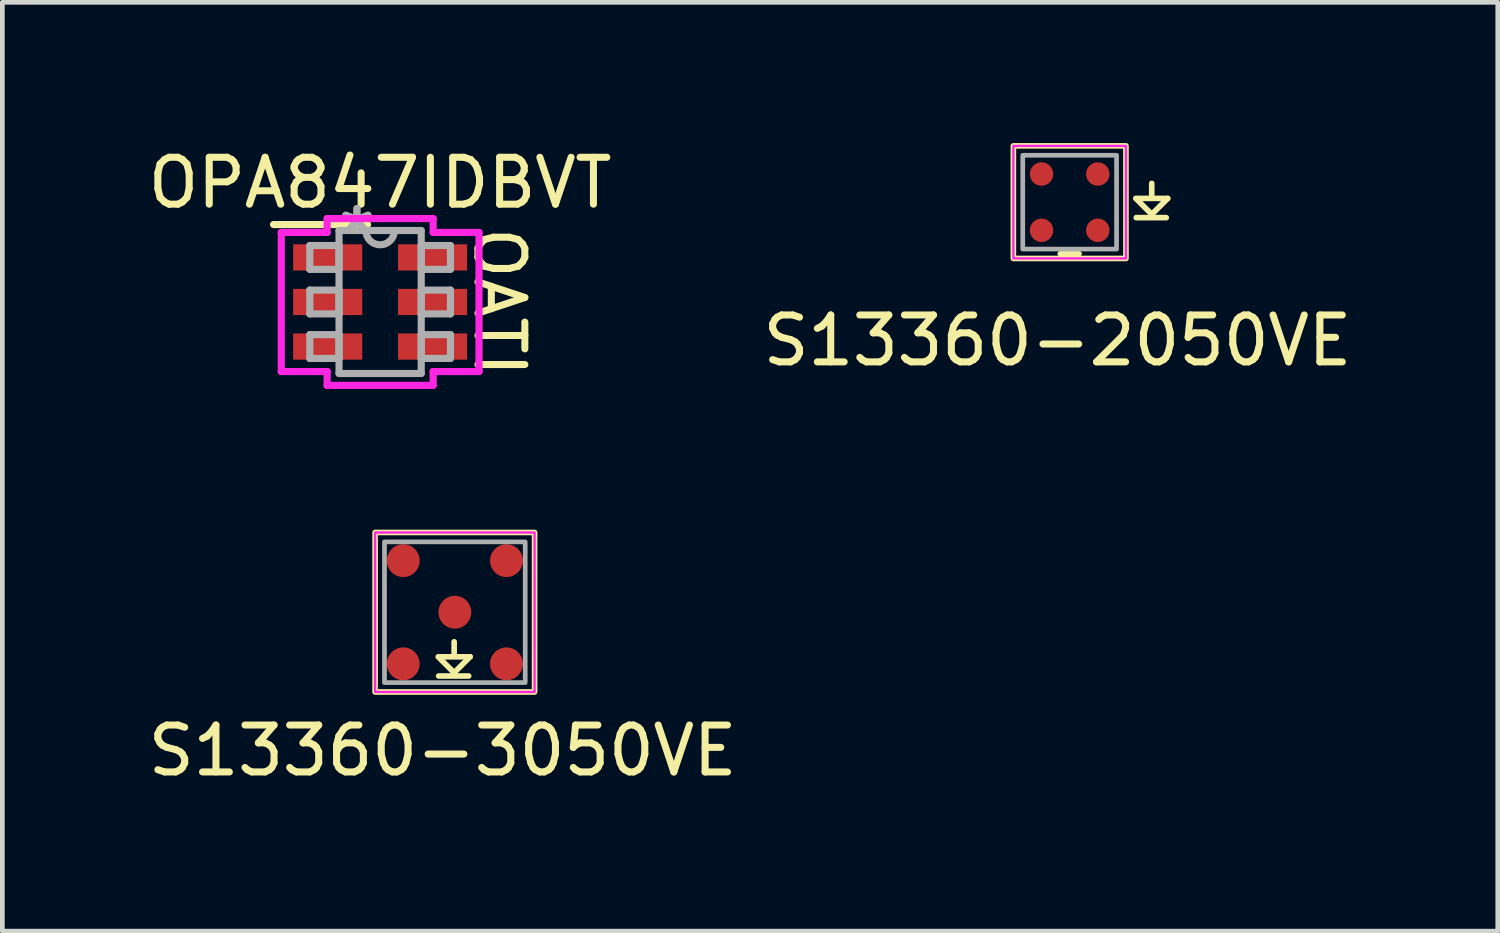
<source format=kicad_pcb>
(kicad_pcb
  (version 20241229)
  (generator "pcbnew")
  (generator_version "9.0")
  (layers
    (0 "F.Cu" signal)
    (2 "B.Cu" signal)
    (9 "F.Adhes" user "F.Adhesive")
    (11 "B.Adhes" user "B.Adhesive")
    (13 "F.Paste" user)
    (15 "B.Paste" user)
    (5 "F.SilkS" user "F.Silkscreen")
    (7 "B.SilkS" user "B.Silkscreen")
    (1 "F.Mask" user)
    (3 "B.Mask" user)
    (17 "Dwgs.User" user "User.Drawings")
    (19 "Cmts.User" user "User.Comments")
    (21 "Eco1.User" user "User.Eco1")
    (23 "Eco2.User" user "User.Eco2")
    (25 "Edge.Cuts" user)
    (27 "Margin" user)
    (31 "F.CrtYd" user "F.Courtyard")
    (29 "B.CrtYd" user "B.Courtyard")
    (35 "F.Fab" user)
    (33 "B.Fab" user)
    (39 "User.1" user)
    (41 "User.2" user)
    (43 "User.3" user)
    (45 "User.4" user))
  (footprint "OPA847IDBVT"
    (layer "F.Cu")
    (at 5.054 3.388)
    (property "Reference" "OPA847IDBVT" (at 0 -2.54 0) (layer "F.SilkS") (effects (font (size 1 1) (thickness 0.15))))
    (attr through_hole)
    (fp_line (start -0.267 -1.651) (end -2.273 -1.651) (stroke (width 0.152) (type solid)) (layer "F.SilkS"))
    (fp_line (start -2.108 -1.483) (end -1.13 -1.483) (stroke (width 0.152) (type solid)) (layer "F.CrtYd"))
    (fp_line (start -2.108 1.483) (end -2.108 -1.483) (stroke (width 0.152) (type solid)) (layer "F.CrtYd"))
    (fp_line (start -1.13 -1.778) (end 1.13 -1.778) (stroke (width 0.152) (type solid)) (layer "F.CrtYd"))
    (fp_line (start -1.13 -1.483) (end -1.13 -1.778) (stroke (width 0.152) (type solid)) (layer "F.CrtYd"))
    (fp_line (start -1.13 1.483) (end -2.108 1.483) (stroke (width 0.152) (type solid)) (layer "F.CrtYd"))
    (fp_line (start -1.13 1.778) (end -1.13 1.483) (stroke (width 0.152) (type solid)) (layer "F.CrtYd"))
    (fp_line (start 1.13 -1.778) (end 1.13 -1.483) (stroke (width 0.152) (type solid)) (layer "F.CrtYd"))
    (fp_line (start 1.13 -1.483) (end 2.108 -1.483) (stroke (width 0.152) (type solid)) (layer "F.CrtYd"))
    (fp_line (start 1.13 1.483) (end 1.13 1.778) (stroke (width 0.152) (type solid)) (layer "F.CrtYd"))
    (fp_line (start 1.13 1.778) (end -1.13 1.778) (stroke (width 0.152) (type solid)) (layer "F.CrtYd"))
    (fp_line (start 2.108 -1.483) (end 2.108 1.483) (stroke (width 0.152) (type solid)) (layer "F.CrtYd"))
    (fp_line (start 2.108 1.483) (end 1.13 1.483) (stroke (width 0.152) (type solid)) (layer "F.CrtYd"))
    (fp_line (start -1.499 -1.204) (end -1.499 -0.696) (stroke (width 0.152) (type solid)) (layer "F.Fab"))
    (fp_line (start -1.499 -0.696) (end -0.876 -0.696) (stroke (width 0.152) (type solid)) (layer "F.Fab"))
    (fp_line (start -1.499 -0.254) (end -1.499 0.254) (stroke (width 0.152) (type solid)) (layer "F.Fab"))
    (fp_line (start -1.499 0.254) (end -0.876 0.254) (stroke (width 0.152) (type solid)) (layer "F.Fab"))
    (fp_line (start -1.499 0.696) (end -1.499 1.204) (stroke (width 0.152) (type solid)) (layer "F.Fab"))
    (fp_line (start -1.499 1.204) (end -0.876 1.204) (stroke (width 0.152) (type solid)) (layer "F.Fab"))
    (fp_line (start -0.876 -1.524) (end -0.876 1.524) (stroke (width 0.152) (type solid)) (layer "F.Fab"))
    (fp_line (start -0.876 -1.204) (end -1.499 -1.204) (stroke (width 0.152) (type solid)) (layer "F.Fab"))
    (fp_line (start -0.876 -0.696) (end -0.876 -1.204) (stroke (width 0.152) (type solid)) (layer "F.Fab"))
    (fp_line (start -0.876 -0.254) (end -1.499 -0.254) (stroke (width 0.152) (type solid)) (layer "F.Fab"))
    (fp_line (start -0.876 0.254) (end -0.876 -0.254) (stroke (width 0.152) (type solid)) (layer "F.Fab"))
    (fp_line (start -0.876 0.696) (end -1.499 0.696) (stroke (width 0.152) (type solid)) (layer "F.Fab"))
    (fp_line (start -0.876 1.204) (end -0.876 0.696) (stroke (width 0.152) (type solid)) (layer "F.Fab"))
    (fp_line (start -0.876 1.524) (end 0.876 1.524) (stroke (width 0.152) (type solid)) (layer "F.Fab"))
    (fp_line (start 0.876 -1.524) (end -0.876 -1.524) (stroke (width 0.152) (type solid)) (layer "F.Fab"))
    (fp_line (start 0.876 -1.204) (end 0.876 -0.696) (stroke (width 0.152) (type solid)) (layer "F.Fab"))
    (fp_line (start 0.876 -0.696) (end 1.499 -0.696) (stroke (width 0.152) (type solid)) (layer "F.Fab"))
    (fp_line (start 0.876 -0.254) (end 0.876 0.254) (stroke (width 0.152) (type solid)) (layer "F.Fab"))
    (fp_line (start 0.876 0.254) (end 1.499 0.254) (stroke (width 0.152) (type solid)) (layer "F.Fab"))
    (fp_line (start 0.876 0.696) (end 0.876 1.204) (stroke (width 0.152) (type solid)) (layer "F.Fab"))
    (fp_line (start 0.876 1.204) (end 1.499 1.204) (stroke (width 0.152) (type solid)) (layer "F.Fab"))
    (fp_line (start 0.876 1.524) (end 0.876 -1.524) (stroke (width 0.152) (type solid)) (layer "F.Fab"))
    (fp_line (start 1.499 -1.204) (end 0.876 -1.204) (stroke (width 0.152) (type solid)) (layer "F.Fab"))
    (fp_line (start 1.499 -0.696) (end 1.499 -1.204) (stroke (width 0.152) (type solid)) (layer "F.Fab"))
    (fp_line (start 1.499 -0.254) (end 0.876 -0.254) (stroke (width 0.152) (type solid)) (layer "F.Fab"))
    (fp_line (start 1.499 0.254) (end 1.499 -0.254) (stroke (width 0.152) (type solid)) (layer "F.Fab"))
    (fp_line (start 1.499 0.696) (end 0.876 0.696) (stroke (width 0.152) (type solid)) (layer "F.Fab"))
    (fp_line (start 1.499 1.204) (end 1.499 0.696) (stroke (width 0.152) (type solid)) (layer "F.Fab"))
    (fp_arc (start 0.3048 -1.524) (mid 0 -1.2192) (end -0.3048 -1.524) (stroke (width 0.1524) (type solid)) (layer "F.Fab"))
    (fp_text user "OATI" (at 2.54 0 270) (unlocked yes) (layer "F.SilkS") (effects (font (size 1 1) (thickness 0.15))))
    (fp_text user "*" (at -0.495 -1.448 0) (layer "F.Fab") (effects (font (size 1 1) (thickness 0.15))))
    (fp_text user "*" (at -0.495 -1.448 0) (layer "F.Fab") (effects (font (size 1 1) (thickness 0.15))))
    (pad "1" smd rect (at -1.118 -0.95) (size 1.473 0.559) (layers "F.Cu" "F.Mask" "F.Paste"))
    (pad "2" smd rect (at -1.118 0) (size 1.473 0.559) (layers "F.Cu" "F.Mask" "F.Paste"))
    (pad "3" smd rect (at -1.118 0.95) (size 1.473 0.559) (layers "F.Cu" "F.Mask" "F.Paste"))
    (pad "4" smd rect (at 1.118 0.95) (size 1.473 0.559) (layers "F.Cu" "F.Mask" "F.Paste"))
    (pad "5" smd rect (at 1.118 0) (size 1.473 0.559) (layers "F.Cu" "F.Mask" "F.Paste"))
    (pad "6" smd rect (at 1.118 -0.95) (size 1.473 0.559) (layers "F.Cu" "F.Mask" "F.Paste")))
  (footprint "S13360-3050VE"
    (layer "F.Cu")
    (at 6.647 10.002)
    (property "Reference" "S13360-3050VE" (at -0.26 2.95 0) (unlocked yes) (layer "F.SilkS") (effects (font (size 1 1) (thickness 0.15))))
    (attr through_hole)
    (fp_line (start -0.345 1.36) (end 0.295 1.36) (stroke (width 0.12) (type solid)) (layer "F.SilkS"))
    (fp_line (start -0.325 0.95) (end 0.325 0.95) (stroke (width 0.12) (type solid)) (layer "F.SilkS"))
    (fp_line (start -0.015 0.91) (end -0.015 0.63) (stroke (width 0.12) (type solid)) (layer "F.SilkS"))
    (fp_line (start -0.015 1.29) (end -0.355 0.95) (stroke (width 0.12) (type solid)) (layer "F.SilkS"))
    (fp_line (start 0.325 0.95) (end -0.015 1.29) (stroke (width 0.12) (type solid)) (layer "F.SilkS"))
    (fp_rect (start 1.7 1.7) (end -1.7 -1.7) (stroke (width 0.12) (type default)) (fill no) (layer "F.SilkS"))
    (fp_rect (start -1.7 -1.7) (end 1.7 1.7) (stroke (width 0.05) (type default)) (fill no) (layer "F.CrtYd"))
    (fp_rect (start -1.5 -1.5) (end 1.5 1.5) (stroke (width 0.1) (type default)) (fill no) (layer "F.Fab"))
    (pad "1" smd circle (at -1.1 -1.1) (size 0.7 0.7) (layers "F.Cu" "F.Mask" "F.Paste"))
    (pad "1" smd circle (at -1.1 1.1) (size 0.7 0.7) (layers "F.Cu" "F.Mask" "F.Paste"))
    (pad "1" smd circle (at 1.1 -1.1) (size 0.7 0.7) (layers "F.Cu" "F.Mask" "F.Paste"))
    (pad "1" smd circle (at 1.1 1.1) (size 0.7 0.7) (layers "F.Cu" "F.Mask" "F.Paste"))
    (pad "2" smd circle (at 0 0) (size 0.7 0.7) (layers "F.Cu" "F.Mask" "F.Paste")))
  (footprint "S13360-2050VE"
    (layer "F.Cu")
    (at 19.754 1.26)
    (property "Reference" "S13360-2050VE" (at -0.26 2.95 0) (unlocked yes) (layer "F.SilkS") (effects (font (size 1 1) (thickness 0.15))))
    (attr smd)
    (fp_line (start -0.2 1.1) (end 0.2 1.1) (stroke (width 0.12) (type default)) (layer "F.SilkS"))
    (fp_line (start 1.42 0.33) (end 2.06 0.33) (stroke (width 0.12) (type solid)) (layer "F.SilkS"))
    (fp_line (start 1.44 -0.08) (end 2.09 -0.08) (stroke (width 0.12) (type solid)) (layer "F.SilkS"))
    (fp_line (start 1.75 -0.12) (end 1.75 -0.4) (stroke (width 0.12) (type solid)) (layer "F.SilkS"))
    (fp_line (start 1.75 0.26) (end 1.41 -0.08) (stroke (width 0.12) (type solid)) (layer "F.SilkS"))
    (fp_line (start 2.09 -0.08) (end 1.75 0.26) (stroke (width 0.12) (type solid)) (layer "F.SilkS"))
    (fp_rect (start 1.2 1.2) (end -1.2 -1.2) (stroke (width 0.12) (type default)) (fill no) (layer "F.SilkS"))
    (fp_rect (start -1.2 -1.2) (end 1.2 1.2) (stroke (width 0.05) (type default)) (fill no) (layer "F.CrtYd"))
    (fp_rect (start -1 -1) (end 1 1) (stroke (width 0.1) (type default)) (fill no) (layer "F.Fab"))
    (pad "1" smd circle (at -0.6 0.6) (size 0.5 0.5) (layers "F.Cu" "F.Mask" "F.Paste"))
    (pad "1" smd circle (at 0.6 0.6) (size 0.5 0.5) (layers "F.Cu" "F.Mask" "F.Paste"))
    (pad "2" smd circle (at -0.6 -0.6) (size 0.5 0.5) (layers "F.Cu" "F.Mask" "F.Paste"))
    (pad "2" smd circle (at 0.6 -0.6) (size 0.5 0.5) (layers "F.Cu" "F.Mask" "F.Paste")))
  (gr_rect
    (start -3 -3)
    (end 28.881 16.801)
    (stroke (width 0.1) (type default))
    (fill no)
    (layer "Edge.Cuts")))
</source>
